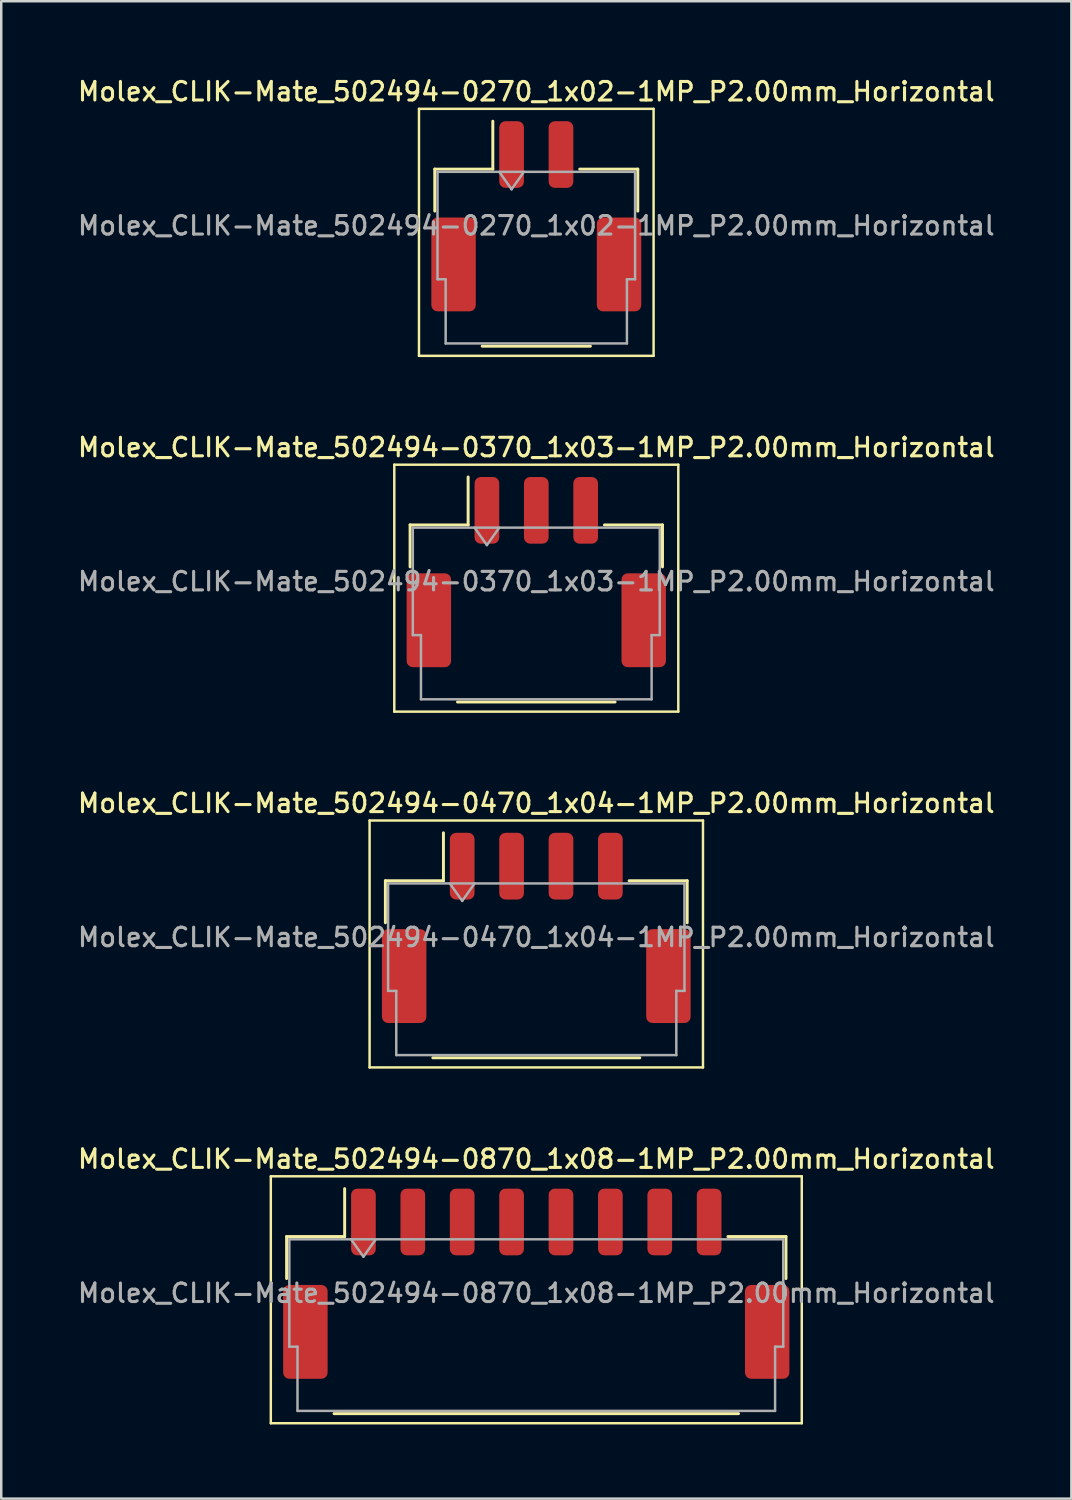
<source format=kicad_pcb>
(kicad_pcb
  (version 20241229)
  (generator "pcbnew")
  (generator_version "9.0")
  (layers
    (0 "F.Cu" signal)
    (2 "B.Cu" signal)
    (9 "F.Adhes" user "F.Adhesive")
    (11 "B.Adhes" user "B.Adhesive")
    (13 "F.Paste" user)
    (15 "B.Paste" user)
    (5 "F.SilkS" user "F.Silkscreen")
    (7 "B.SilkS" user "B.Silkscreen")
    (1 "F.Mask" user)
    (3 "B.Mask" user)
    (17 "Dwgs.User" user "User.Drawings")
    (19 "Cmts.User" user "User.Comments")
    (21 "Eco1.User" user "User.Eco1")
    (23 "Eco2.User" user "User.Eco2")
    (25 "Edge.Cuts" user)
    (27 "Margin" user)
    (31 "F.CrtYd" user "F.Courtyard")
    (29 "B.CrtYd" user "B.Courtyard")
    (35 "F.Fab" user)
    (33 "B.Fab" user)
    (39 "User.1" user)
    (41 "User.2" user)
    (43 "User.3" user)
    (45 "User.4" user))
  (footprint "Molex_CLIK-Mate_502494-0270_1x02-1MP_P2.00mm_Horizontal"
    (layer "F.Cu")
    (at 18.666 5.708)
    (property "Reference" "Molex_CLIK-Mate_502494-0270_1x02-1MP_P2.00mm_Horizontal" (at 0 -5.05 0) (layer "F.SilkS") (effects (font (size 0.75 0.75) (thickness 0.125))))
    (attr smd)
    (fp_line (start -4.75 -4.35) (end -4.75 5.65) (stroke (width 0.1) (type solid)) (layer "F.SilkS"))
    (fp_line (start -4.75 5.65) (end 4.75 5.65) (stroke (width 0.1) (type solid)) (layer "F.SilkS"))
    (fp_line (start -4.11 -1.91) (end -1.76 -1.91) (stroke (width 0.12) (type solid)) (layer "F.SilkS"))
    (fp_line (start -4.11 -0.21) (end -4.11 -1.91) (stroke (width 0.12) (type solid)) (layer "F.SilkS"))
    (fp_line (start -2.19 5.26) (end 2.19 5.26) (stroke (width 0.12) (type solid)) (layer "F.SilkS"))
    (fp_line (start -1.76 -1.91) (end -1.76 -3.85) (stroke (width 0.12) (type solid)) (layer "F.SilkS"))
    (fp_line (start 4.11 -1.91) (end 1.76 -1.91) (stroke (width 0.12) (type solid)) (layer "F.SilkS"))
    (fp_line (start 4.11 -0.21) (end 4.11 -1.91) (stroke (width 0.12) (type solid)) (layer "F.SilkS"))
    (fp_line (start 4.75 -4.35) (end -4.75 -4.35) (stroke (width 0.1) (type solid)) (layer "F.SilkS"))
    (fp_line (start 4.75 5.65) (end 4.75 -4.35) (stroke (width 0.1) (type solid)) (layer "F.SilkS"))
    (fp_line (start -4 -1.8) (end -4 2.55) (stroke (width 0.1) (type solid)) (layer "F.Fab"))
    (fp_line (start -4 -1.8) (end 4 -1.8) (stroke (width 0.1) (type solid)) (layer "F.Fab"))
    (fp_line (start -4 2.55) (end -3.67 2.55) (stroke (width 0.1) (type solid)) (layer "F.Fab"))
    (fp_line (start -3.67 2.55) (end -3.67 5.15) (stroke (width 0.1) (type solid)) (layer "F.Fab"))
    (fp_line (start -3.67 5.15) (end 3.67 5.15) (stroke (width 0.1) (type solid)) (layer "F.Fab"))
    (fp_line (start -1.5 -1.8) (end -1 -1.093) (stroke (width 0.1) (type solid)) (layer "F.Fab"))
    (fp_line (start -1 -1.093) (end -0.5 -1.8) (stroke (width 0.1) (type solid)) (layer "F.Fab"))
    (fp_line (start 3.67 2.55) (end 4 2.55) (stroke (width 0.1) (type solid)) (layer "F.Fab"))
    (fp_line (start 3.67 5.15) (end 3.67 2.55) (stroke (width 0.1) (type solid)) (layer "F.Fab"))
    (fp_line (start 4 -1.8) (end 4 2.55) (stroke (width 0.1) (type solid)) (layer "F.Fab"))
    (fp_text user "${REFERENCE}" (at 0 0.38 0) (layer "F.Fab") (effects (font (size 0.75 0.75) (thickness 0.125))))
    (pad "1" smd roundrect (at -1 -2.5) (size 1 2.7) (layers "F.Cu" "F.Mask" "F.Paste") (roundrect_rratio 0.25))
    (pad "2" smd roundrect (at 1 -2.5) (size 1 2.7) (layers "F.Cu" "F.Mask" "F.Paste") (roundrect_rratio 0.25))
    (pad "MP" smd roundrect (at -3.35 1.95) (size 1.8 3.8) (layers "F.Cu" "F.Mask" "F.Paste") (roundrect_rratio 0.139))
    (pad "MP" smd roundrect (at 3.35 1.95) (size 1.8 3.8) (layers "F.Cu" "F.Mask" "F.Paste") (roundrect_rratio 0.139)))
  (footprint "Molex_CLIK-Mate_502494-0470_1x04-1MP_P2.00mm_Horizontal"
    (layer "F.Cu")
    (at 18.666 34.524)
    (property "Reference" "Molex_CLIK-Mate_502494-0470_1x04-1MP_P2.00mm_Horizontal" (at 0 -5.05 0) (layer "F.SilkS") (effects (font (size 0.75 0.75) (thickness 0.125))))
    (attr smd)
    (fp_line (start -6.75 -4.35) (end -6.75 5.65) (stroke (width 0.1) (type solid)) (layer "F.SilkS"))
    (fp_line (start -6.75 5.65) (end 6.75 5.65) (stroke (width 0.1) (type solid)) (layer "F.SilkS"))
    (fp_line (start -6.11 -1.91) (end -3.76 -1.91) (stroke (width 0.12) (type solid)) (layer "F.SilkS"))
    (fp_line (start -6.11 -0.21) (end -6.11 -1.91) (stroke (width 0.12) (type solid)) (layer "F.SilkS"))
    (fp_line (start -4.19 5.26) (end 4.19 5.26) (stroke (width 0.12) (type solid)) (layer "F.SilkS"))
    (fp_line (start -3.76 -1.91) (end -3.76 -3.85) (stroke (width 0.12) (type solid)) (layer "F.SilkS"))
    (fp_line (start 6.11 -1.91) (end 3.76 -1.91) (stroke (width 0.12) (type solid)) (layer "F.SilkS"))
    (fp_line (start 6.11 -0.21) (end 6.11 -1.91) (stroke (width 0.12) (type solid)) (layer "F.SilkS"))
    (fp_line (start 6.75 -4.35) (end -6.75 -4.35) (stroke (width 0.1) (type solid)) (layer "F.SilkS"))
    (fp_line (start 6.75 5.65) (end 6.75 -4.35) (stroke (width 0.1) (type solid)) (layer "F.SilkS"))
    (fp_line (start -6 -1.8) (end -6 2.55) (stroke (width 0.1) (type solid)) (layer "F.Fab"))
    (fp_line (start -6 -1.8) (end 6 -1.8) (stroke (width 0.1) (type solid)) (layer "F.Fab"))
    (fp_line (start -6 2.55) (end -5.67 2.55) (stroke (width 0.1) (type solid)) (layer "F.Fab"))
    (fp_line (start -5.67 2.55) (end -5.67 5.15) (stroke (width 0.1) (type solid)) (layer "F.Fab"))
    (fp_line (start -5.67 5.15) (end 5.67 5.15) (stroke (width 0.1) (type solid)) (layer "F.Fab"))
    (fp_line (start -3.5 -1.8) (end -3 -1.093) (stroke (width 0.1) (type solid)) (layer "F.Fab"))
    (fp_line (start -3 -1.093) (end -2.5 -1.8) (stroke (width 0.1) (type solid)) (layer "F.Fab"))
    (fp_line (start 5.67 2.55) (end 6 2.55) (stroke (width 0.1) (type solid)) (layer "F.Fab"))
    (fp_line (start 5.67 5.15) (end 5.67 2.55) (stroke (width 0.1) (type solid)) (layer "F.Fab"))
    (fp_line (start 6 -1.8) (end 6 2.55) (stroke (width 0.1) (type solid)) (layer "F.Fab"))
    (fp_text user "${REFERENCE}" (at 0 0.38 0) (layer "F.Fab") (effects (font (size 0.75 0.75) (thickness 0.125))))
    (pad "1" smd roundrect (at -3 -2.5) (size 1 2.7) (layers "F.Cu" "F.Mask" "F.Paste") (roundrect_rratio 0.25))
    (pad "2" smd roundrect (at -1 -2.5) (size 1 2.7) (layers "F.Cu" "F.Mask" "F.Paste") (roundrect_rratio 0.25))
    (pad "3" smd roundrect (at 1 -2.5) (size 1 2.7) (layers "F.Cu" "F.Mask" "F.Paste") (roundrect_rratio 0.25))
    (pad "4" smd roundrect (at 3 -2.5) (size 1 2.7) (layers "F.Cu" "F.Mask" "F.Paste") (roundrect_rratio 0.25))
    (pad "MP" smd roundrect (at -5.35 1.95) (size 1.8 3.8) (layers "F.Cu" "F.Mask" "F.Paste") (roundrect_rratio 0.139))
    (pad "MP" smd roundrect (at 5.35 1.95) (size 1.8 3.8) (layers "F.Cu" "F.Mask" "F.Paste") (roundrect_rratio 0.139)))
  (footprint "Molex_CLIK-Mate_502494-0870_1x08-1MP_P2.00mm_Horizontal"
    (layer "F.Cu")
    (at 18.666 48.932)
    (property "Reference" "Molex_CLIK-Mate_502494-0870_1x08-1MP_P2.00mm_Horizontal" (at 0 -5.05 0) (layer "F.SilkS") (effects (font (size 0.75 0.75) (thickness 0.125))))
    (attr smd)
    (fp_line (start -10.75 -4.35) (end -10.75 5.65) (stroke (width 0.1) (type solid)) (layer "F.SilkS"))
    (fp_line (start -10.75 5.65) (end 10.75 5.65) (stroke (width 0.1) (type solid)) (layer "F.SilkS"))
    (fp_line (start -10.11 -1.91) (end -7.76 -1.91) (stroke (width 0.12) (type solid)) (layer "F.SilkS"))
    (fp_line (start -10.11 -0.21) (end -10.11 -1.91) (stroke (width 0.12) (type solid)) (layer "F.SilkS"))
    (fp_line (start -8.19 5.26) (end 8.19 5.26) (stroke (width 0.12) (type solid)) (layer "F.SilkS"))
    (fp_line (start -7.76 -1.91) (end -7.76 -3.85) (stroke (width 0.12) (type solid)) (layer "F.SilkS"))
    (fp_line (start 10.11 -1.91) (end 7.76 -1.91) (stroke (width 0.12) (type solid)) (layer "F.SilkS"))
    (fp_line (start 10.11 -0.21) (end 10.11 -1.91) (stroke (width 0.12) (type solid)) (layer "F.SilkS"))
    (fp_line (start 10.75 -4.35) (end -10.75 -4.35) (stroke (width 0.1) (type solid)) (layer "F.SilkS"))
    (fp_line (start 10.75 5.65) (end 10.75 -4.35) (stroke (width 0.1) (type solid)) (layer "F.SilkS"))
    (fp_line (start -10 -1.8) (end -10 2.55) (stroke (width 0.1) (type solid)) (layer "F.Fab"))
    (fp_line (start -10 -1.8) (end 10 -1.8) (stroke (width 0.1) (type solid)) (layer "F.Fab"))
    (fp_line (start -10 2.55) (end -9.67 2.55) (stroke (width 0.1) (type solid)) (layer "F.Fab"))
    (fp_line (start -9.67 2.55) (end -9.67 5.15) (stroke (width 0.1) (type solid)) (layer "F.Fab"))
    (fp_line (start -9.67 5.15) (end 9.67 5.15) (stroke (width 0.1) (type solid)) (layer "F.Fab"))
    (fp_line (start -7.5 -1.8) (end -7 -1.093) (stroke (width 0.1) (type solid)) (layer "F.Fab"))
    (fp_line (start -7 -1.093) (end -6.5 -1.8) (stroke (width 0.1) (type solid)) (layer "F.Fab"))
    (fp_line (start 9.67 2.55) (end 10 2.55) (stroke (width 0.1) (type solid)) (layer "F.Fab"))
    (fp_line (start 9.67 5.15) (end 9.67 2.55) (stroke (width 0.1) (type solid)) (layer "F.Fab"))
    (fp_line (start 10 -1.8) (end 10 2.55) (stroke (width 0.1) (type solid)) (layer "F.Fab"))
    (fp_text user "${REFERENCE}" (at 0 0.38 0) (layer "F.Fab") (effects (font (size 0.75 0.75) (thickness 0.125))))
    (pad "1" smd roundrect (at -7 -2.5) (size 1 2.7) (layers "F.Cu" "F.Mask" "F.Paste") (roundrect_rratio 0.25))
    (pad "2" smd roundrect (at -5 -2.5) (size 1 2.7) (layers "F.Cu" "F.Mask" "F.Paste") (roundrect_rratio 0.25))
    (pad "3" smd roundrect (at -3 -2.5) (size 1 2.7) (layers "F.Cu" "F.Mask" "F.Paste") (roundrect_rratio 0.25))
    (pad "4" smd roundrect (at -1 -2.5) (size 1 2.7) (layers "F.Cu" "F.Mask" "F.Paste") (roundrect_rratio 0.25))
    (pad "5" smd roundrect (at 1 -2.5) (size 1 2.7) (layers "F.Cu" "F.Mask" "F.Paste") (roundrect_rratio 0.25))
    (pad "6" smd roundrect (at 3 -2.5) (size 1 2.7) (layers "F.Cu" "F.Mask" "F.Paste") (roundrect_rratio 0.25))
    (pad "7" smd roundrect (at 5 -2.5) (size 1 2.7) (layers "F.Cu" "F.Mask" "F.Paste") (roundrect_rratio 0.25))
    (pad "8" smd roundrect (at 7 -2.5) (size 1 2.7) (layers "F.Cu" "F.Mask" "F.Paste") (roundrect_rratio 0.25))
    (pad "MP" smd roundrect (at -9.35 1.95) (size 1.8 3.8) (layers "F.Cu" "F.Mask" "F.Paste") (roundrect_rratio 0.139))
    (pad "MP" smd roundrect (at 9.35 1.95) (size 1.8 3.8) (layers "F.Cu" "F.Mask" "F.Paste") (roundrect_rratio 0.139)))
  (footprint "Molex_CLIK-Mate_502494-0370_1x03-1MP_P2.00mm_Horizontal"
    (layer "F.Cu")
    (at 18.666 20.116)
    (property "Reference" "Molex_CLIK-Mate_502494-0370_1x03-1MP_P2.00mm_Horizontal" (at 0 -5.05 0) (layer "F.SilkS") (effects (font (size 0.75 0.75) (thickness 0.125))))
    (attr smd)
    (fp_line (start -5.75 -4.35) (end -5.75 5.65) (stroke (width 0.1) (type solid)) (layer "F.SilkS"))
    (fp_line (start -5.75 5.65) (end 5.75 5.65) (stroke (width 0.1) (type solid)) (layer "F.SilkS"))
    (fp_line (start -5.11 -1.91) (end -2.76 -1.91) (stroke (width 0.12) (type solid)) (layer "F.SilkS"))
    (fp_line (start -5.11 -0.21) (end -5.11 -1.91) (stroke (width 0.12) (type solid)) (layer "F.SilkS"))
    (fp_line (start -3.19 5.26) (end 3.19 5.26) (stroke (width 0.12) (type solid)) (layer "F.SilkS"))
    (fp_line (start -2.76 -1.91) (end -2.76 -3.85) (stroke (width 0.12) (type solid)) (layer "F.SilkS"))
    (fp_line (start 5.11 -1.91) (end 2.76 -1.91) (stroke (width 0.12) (type solid)) (layer "F.SilkS"))
    (fp_line (start 5.11 -0.21) (end 5.11 -1.91) (stroke (width 0.12) (type solid)) (layer "F.SilkS"))
    (fp_line (start 5.75 -4.35) (end -5.75 -4.35) (stroke (width 0.1) (type solid)) (layer "F.SilkS"))
    (fp_line (start 5.75 5.65) (end 5.75 -4.35) (stroke (width 0.1) (type solid)) (layer "F.SilkS"))
    (fp_line (start -5 -1.8) (end -5 2.55) (stroke (width 0.1) (type solid)) (layer "F.Fab"))
    (fp_line (start -5 -1.8) (end 5 -1.8) (stroke (width 0.1) (type solid)) (layer "F.Fab"))
    (fp_line (start -5 2.55) (end -4.67 2.55) (stroke (width 0.1) (type solid)) (layer "F.Fab"))
    (fp_line (start -4.67 2.55) (end -4.67 5.15) (stroke (width 0.1) (type solid)) (layer "F.Fab"))
    (fp_line (start -4.67 5.15) (end 4.67 5.15) (stroke (width 0.1) (type solid)) (layer "F.Fab"))
    (fp_line (start -2.5 -1.8) (end -2 -1.093) (stroke (width 0.1) (type solid)) (layer "F.Fab"))
    (fp_line (start -2 -1.093) (end -1.5 -1.8) (stroke (width 0.1) (type solid)) (layer "F.Fab"))
    (fp_line (start 4.67 2.55) (end 5 2.55) (stroke (width 0.1) (type solid)) (layer "F.Fab"))
    (fp_line (start 4.67 5.15) (end 4.67 2.55) (stroke (width 0.1) (type solid)) (layer "F.Fab"))
    (fp_line (start 5 -1.8) (end 5 2.55) (stroke (width 0.1) (type solid)) (layer "F.Fab"))
    (fp_text user "${REFERENCE}" (at 0 0.38 0) (layer "F.Fab") (effects (font (size 0.75 0.75) (thickness 0.125))))
    (pad "1" smd roundrect (at -2 -2.5) (size 1 2.7) (layers "F.Cu" "F.Mask" "F.Paste") (roundrect_rratio 0.25))
    (pad "2" smd roundrect (at 0 -2.5) (size 1 2.7) (layers "F.Cu" "F.Mask" "F.Paste") (roundrect_rratio 0.25))
    (pad "3" smd roundrect (at 2 -2.5) (size 1 2.7) (layers "F.Cu" "F.Mask" "F.Paste") (roundrect_rratio 0.25))
    (pad "MP" smd roundrect (at -4.35 1.95) (size 1.8 3.8) (layers "F.Cu" "F.Mask" "F.Paste") (roundrect_rratio 0.139))
    (pad "MP" smd roundrect (at 4.35 1.95) (size 1.8 3.8) (layers "F.Cu" "F.Mask" "F.Paste") (roundrect_rratio 0.139)))
  (gr_rect
    (start -3 -3)
    (end 40.332 57.633)
    (stroke (width 0.1) (type default))
    (fill no)
    (layer "Edge.Cuts")))
</source>
